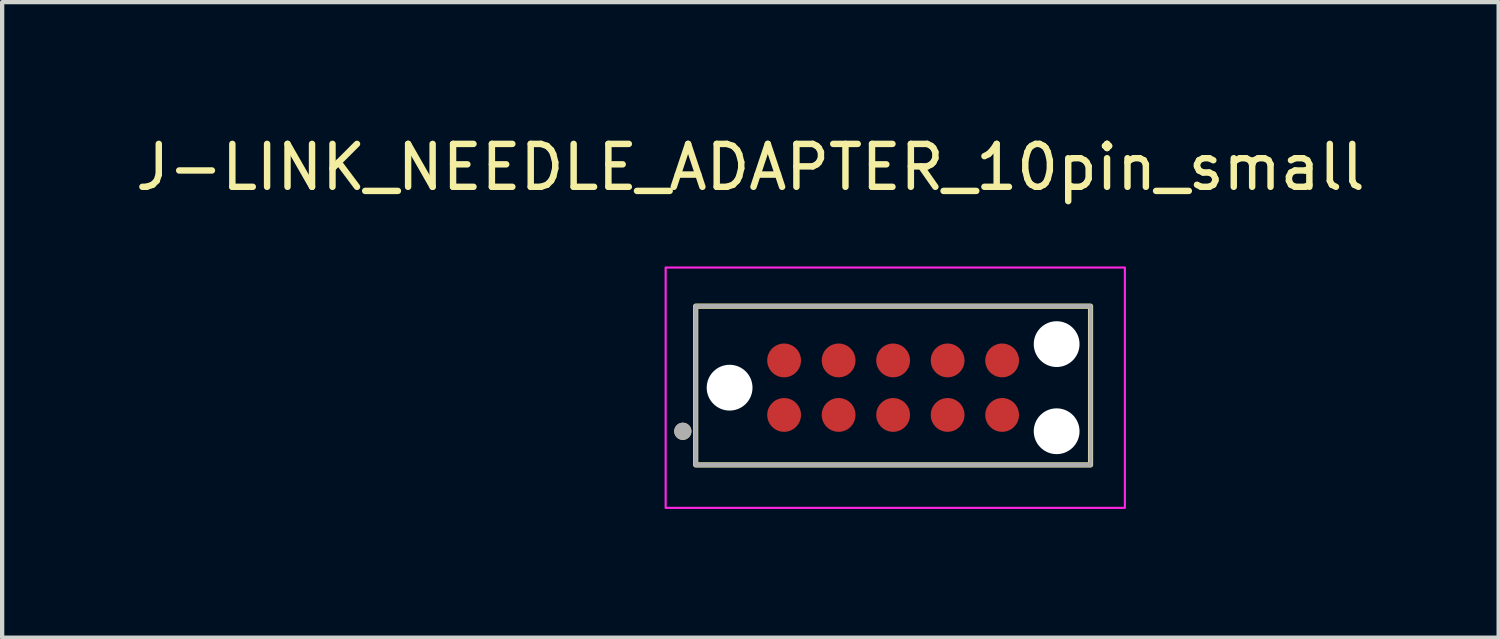
<source format=kicad_pcb>
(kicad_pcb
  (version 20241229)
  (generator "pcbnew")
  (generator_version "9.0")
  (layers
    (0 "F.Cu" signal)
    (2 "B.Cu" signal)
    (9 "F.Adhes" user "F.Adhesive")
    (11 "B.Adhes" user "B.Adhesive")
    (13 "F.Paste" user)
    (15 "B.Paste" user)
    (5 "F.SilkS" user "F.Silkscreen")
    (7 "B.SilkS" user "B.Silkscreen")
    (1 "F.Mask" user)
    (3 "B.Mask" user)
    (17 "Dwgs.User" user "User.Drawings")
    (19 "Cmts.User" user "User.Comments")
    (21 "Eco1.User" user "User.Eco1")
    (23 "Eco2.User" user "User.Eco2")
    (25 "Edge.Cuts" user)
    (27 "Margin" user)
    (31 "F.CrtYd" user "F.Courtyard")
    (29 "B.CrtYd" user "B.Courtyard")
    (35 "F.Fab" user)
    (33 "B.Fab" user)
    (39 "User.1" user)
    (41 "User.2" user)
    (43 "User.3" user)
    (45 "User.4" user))
  (footprint "J-LINK_NEEDLE_ADAPTER_10pin_small"
    (layer "F.Cu")
    (at 17.76 5.983)
    (property "Reference" "J-LINK_NEEDLE_ADAPTER_10pin_small" (at -3.325 -5.135 0) (layer "F.SilkS") (effects (font (size 1 1) (thickness 0.15))))
    (attr smd)
    (fp_rect (start -4.6 -1.9) (end 4.6 1.8) (stroke (width 0.12) (type default)) (fill no) (layer "F.SilkS"))
    (fp_circle (center -4.9 1.016) (end -4.8 1.016) (stroke (width 0.2) (type solid)) (fill no) (layer "F.SilkS"))
    (fp_rect (start -5.3 -2.8) (end 5.4 2.8) (stroke (width 0.05) (type default)) (fill no) (layer "F.CrtYd"))
    (fp_rect (start -4.6 -1.9) (end 4.6 1.8) (stroke (width 0.1) (type default)) (fill no) (layer "F.Fab"))
    (fp_circle (center -4.9 1.016) (end -4.8 1.016) (stroke (width 0.2) (type solid)) (fill no) (layer "F.Fab"))
    (pad "" np_thru_hole circle (at -3.81 0) (size 1.067 1.067) (drill 1.067) (layers "*.Cu" "*.Mask"))
    (pad "" np_thru_hole circle (at 3.81 -1.015) (size 1.067 1.067) (drill 1.067) (layers "*.Cu" "*.Mask"))
    (pad "" np_thru_hole circle (at 3.81 1.015) (size 1.067 1.067) (drill 1.067) (layers "*.Cu" "*.Mask"))
    (pad "1" smd circle (at -2.54 0.635) (size 0.787 0.787) (layers "F.Cu" "F.Mask"))
    (pad "2" smd circle (at -1.27 0.635) (size 0.787 0.787) (layers "F.Cu" "F.Mask"))
    (pad "3" smd circle (at 0 0.635) (size 0.787 0.787) (layers "F.Cu" "F.Mask"))
    (pad "4" smd circle (at 1.27 0.635) (size 0.787 0.787) (layers "F.Cu" "F.Mask"))
    (pad "5" smd circle (at 2.54 0.635) (size 0.787 0.787) (layers "F.Cu" "F.Mask"))
    (pad "6" smd circle (at 2.54 -0.635) (size 0.787 0.787) (layers "F.Cu" "F.Mask"))
    (pad "7" smd circle (at 1.27 -0.635) (size 0.787 0.787) (layers "F.Cu" "F.Mask"))
    (pad "8" smd circle (at 0 -0.635) (size 0.787 0.787) (layers "F.Cu" "F.Mask"))
    (pad "9" smd circle (at -1.27 -0.635) (size 0.787 0.787) (layers "F.Cu" "F.Mask"))
    (pad "10" smd circle (at -2.54 -0.635) (size 0.787 0.787) (layers "F.Cu" "F.Mask"))
    (zone (net_name "") (layer "F.Cu") (hatch full 0.508) (connect_pads) (min_thickness 0.01) (filled_areas_thickness no) (keepout (tracks not_allowed) (vias not_allowed) (pads not_allowed) (copperpour not_allowed) (footprints allowed)) (placement (enabled no)) (fill) (polygon (pts (xy 15.22 5.742) (xy 15.22 6.224) (xy 15.241 6.225) (xy 15.261 6.226) (xy 15.282 6.229) (xy 15.302 6.233) (xy 15.322 6.238) (xy 15.342 6.244) (xy 15.361 6.25) (xy 15.38 6.258) (xy 15.399 6.267) (xy 15.417 6.277) (xy 15.434 6.288) (xy 15.451 6.299) (xy 15.468 6.312) (xy 15.483 6.325) (xy 15.498 6.34) (xy 15.513 6.355) (xy 15.526 6.37) (xy 15.539 6.387) (xy 15.55 6.404) (xy 15.561 6.421) (xy 15.571 6.439) (xy 15.58 6.458) (xy 15.588 6.477) (xy 15.594 6.496) (xy 15.6 6.516) (xy 15.605 6.536) (xy 15.609 6.556) (xy 15.612 6.577) (xy 15.613 6.597) (xy 15.614 6.618) (xy 16.096 6.618) (xy 16.098 6.577) (xy 16.105 6.536) (xy 16.116 6.496) (xy 16.13 6.458) (xy 16.149 6.421) (xy 16.171 6.387) (xy 16.197 6.355) (xy 16.227 6.325) (xy 16.259 6.299) (xy 16.293 6.277) (xy 16.33 6.258) (xy 16.368 6.244) (xy 16.408 6.233) (xy 16.449 6.226) (xy 16.49 6.224) (xy 16.531 6.226) (xy 16.572 6.233) (xy 16.612 6.244) (xy 16.65 6.258) (xy 16.687 6.277) (xy 16.721 6.299) (xy 16.753 6.325) (xy 16.783 6.355) (xy 16.809 6.387) (xy 16.831 6.421) (xy 16.85 6.458) (xy 16.864 6.496) (xy 16.875 6.536) (xy 16.882 6.577) (xy 16.884 6.618) (xy 17.366 6.618) (xy 17.368 6.577) (xy 17.375 6.536) (xy 17.386 6.496) (xy 17.4 6.458) (xy 17.419 6.421) (xy 17.441 6.387) (xy 17.467 6.355) (xy 17.497 6.325) (xy 17.529 6.299) (xy 17.563 6.277) (xy 17.6 6.258) (xy 17.638 6.244) (xy 17.678 6.233) (xy 17.719 6.226) (xy 17.76 6.224) (xy 17.801 6.226) (xy 17.842 6.233) (xy 17.882 6.244) (xy 17.92 6.258) (xy 17.957 6.277) (xy 17.991 6.299) (xy 18.023 6.325) (xy 18.053 6.355) (xy 18.079 6.387) (xy 18.101 6.421) (xy 18.12 6.458) (xy 18.134 6.496) (xy 18.145 6.536) (xy 18.152 6.577) (xy 18.154 6.618) (xy 18.636 6.618) (xy 18.638 6.577) (xy 18.645 6.536) (xy 18.656 6.496) (xy 18.67 6.458) (xy 18.689 6.421) (xy 18.711 6.387) (xy 18.737 6.355) (xy 18.767 6.325) (xy 18.799 6.299) (xy 18.833 6.277) (xy 18.87 6.258) (xy 18.908 6.244) (xy 18.948 6.233) (xy 18.989 6.226) (xy 19.03 6.224) (xy 19.071 6.226) (xy 19.112 6.233) (xy 19.152 6.244) (xy 19.19 6.258) (xy 19.227 6.277) (xy 19.261 6.299) (xy 19.293 6.325) (xy 19.323 6.355) (xy 19.349 6.387) (xy 19.371 6.421) (xy 19.39 6.458) (xy 19.404 6.496) (xy 19.415 6.536) (xy 19.422 6.577) (xy 19.424 6.618) (xy 19.906 6.618) (xy 19.907 6.597) (xy 19.908 6.577) (xy 19.911 6.556) (xy 19.915 6.536) (xy 19.92 6.516) (xy 19.926 6.496) (xy 19.932 6.477) (xy 19.94 6.458) (xy 19.949 6.439) (xy 19.959 6.421) (xy 19.97 6.404) (xy 19.981 6.387) (xy 19.994 6.37) (xy 20.007 6.355) (xy 20.022 6.34) (xy 20.037 6.325) (xy 20.052 6.312) (xy 20.069 6.299) (xy 20.086 6.288) (xy 20.103 6.277) (xy 20.121 6.267) (xy 20.14 6.258) (xy 20.159 6.25) (xy 20.178 6.244) (xy 20.198 6.238) (xy 20.218 6.233) (xy 20.238 6.229) (xy 20.259 6.226) (xy 20.279 6.225) (xy 20.3 6.224) (xy 20.3 5.742) (xy 20.279 5.741) (xy 20.259 5.74) (xy 20.238 5.737) (xy 20.218 5.733) (xy 20.198 5.728) (xy 20.178 5.722) (xy 20.159 5.716) (xy 20.14 5.708) (xy 20.121 5.699) (xy 20.103 5.689) (xy 20.086 5.678) (xy 20.069 5.667) (xy 20.052 5.654) (xy 20.037 5.641) (xy 20.022 5.626) (xy 20.007 5.611) (xy 19.994 5.596) (xy 19.981 5.579) (xy 19.97 5.562) (xy 19.959 5.545) (xy 19.949 5.527) (xy 19.94 5.508) (xy 19.932 5.489) (xy 19.926 5.47) (xy 19.92 5.45) (xy 19.915 5.43) (xy 19.911 5.41) (xy 19.908 5.389) (xy 19.907 5.369) (xy 19.906 5.348) (xy 19.424 5.348) (xy 19.422 5.389) (xy 19.415 5.43) (xy 19.404 5.47) (xy 19.39 5.508) (xy 19.371 5.545) (xy 19.349 5.579) (xy 19.323 5.611) (xy 19.293 5.641) (xy 19.261 5.667) (xy 19.227 5.689) (xy 19.19 5.708) (xy 19.152 5.722) (xy 19.112 5.733) (xy 19.071 5.74) (xy 19.03 5.742) (xy 18.989 5.74) (xy 18.948 5.733) (xy 18.908 5.722) (xy 18.87 5.708) (xy 18.833 5.689) (xy 18.799 5.667) (xy 18.767 5.641) (xy 18.737 5.611) (xy 18.711 5.579) (xy 18.689 5.545) (xy 18.67 5.508) (xy 18.656 5.47) (xy 18.645 5.43) (xy 18.638 5.389) (xy 18.636 5.348) (xy 18.154 5.348) (xy 18.152 5.389) (xy 18.145 5.43) (xy 18.134 5.47) (xy 18.12 5.508) (xy 18.101 5.545) (xy 18.079 5.579) (xy 18.053 5.611) (xy 18.023 5.641) (xy 17.991 5.667) (xy 17.957 5.689) (xy 17.92 5.708) (xy 17.882 5.722) (xy 17.842 5.733) (xy 17.801 5.74) (xy 17.76 5.742) (xy 17.719 5.74) (xy 17.678 5.733) (xy 17.638 5.722) (xy 17.6 5.708) (xy 17.563 5.689) (xy 17.529 5.667) (xy 17.497 5.641) (xy 17.467 5.611) (xy 17.441 5.579) (xy 17.419 5.545) (xy 17.4 5.508) (xy 17.386 5.47) (xy 17.375 5.43) (xy 17.368 5.389) (xy 17.366 5.348) (xy 16.884 5.348) (xy 16.882 5.389) (xy 16.875 5.43) (xy 16.864 5.47) (xy 16.85 5.508) (xy 16.831 5.545) (xy 16.809 5.579) (xy 16.783 5.611) (xy 16.753 5.641) (xy 16.721 5.667) (xy 16.687 5.689) (xy 16.65 5.708) (xy 16.612 5.722) (xy 16.572 5.733) (xy 16.531 5.74) (xy 16.49 5.742) (xy 16.449 5.74) (xy 16.408 5.733) (xy 16.368 5.722) (xy 16.33 5.708) (xy 16.293 5.689) (xy 16.259 5.667) (xy 16.227 5.641) (xy 16.197 5.611) (xy 16.171 5.579) (xy 16.149 5.545) (xy 16.13 5.508) (xy 16.116 5.47) (xy 16.105 5.43) (xy 16.098 5.389) (xy 16.096 5.348) (xy 15.614 5.348) (xy 15.613 5.369) (xy 15.612 5.389) (xy 15.609 5.41) (xy 15.605 5.43) (xy 15.6 5.45) (xy 15.594 5.47) (xy 15.588 5.489) (xy 15.58 5.508) (xy 15.571 5.527) (xy 15.561 5.545) (xy 15.55 5.562) (xy 15.539 5.579) (xy 15.526 5.596) (xy 15.513 5.611) (xy 15.498 5.626) (xy 15.483 5.641) (xy 15.468 5.654) (xy 15.451 5.667) (xy 15.434 5.678) (xy 15.417 5.689) (xy 15.399 5.699) (xy 15.38 5.708) (xy 15.361 5.716) (xy 15.342 5.722) (xy 15.322 5.728) (xy 15.302 5.733) (xy 15.282 5.737) (xy 15.261 5.74) (xy 15.241 5.741) (xy 15.22 5.742))))
    (zone (net_name "") (layers "F.Cu" "B.Cu") (hatch full 0.508) (connect_pads) (min_thickness 0.01) (filled_areas_thickness no) (keepout (tracks allowed) (vias not_allowed) (pads allowed) (copperpour allowed) (footprints allowed)) (placement (enabled no)) (fill) (polygon (pts (xy 15.22 5.742) (xy 15.22 6.224) (xy 15.241 6.225) (xy 15.261 6.226) (xy 15.282 6.229) (xy 15.302 6.233) (xy 15.322 6.238) (xy 15.342 6.244) (xy 15.361 6.25) (xy 15.38 6.258) (xy 15.399 6.267) (xy 15.417 6.277) (xy 15.434 6.288) (xy 15.451 6.299) (xy 15.468 6.312) (xy 15.483 6.325) (xy 15.498 6.34) (xy 15.513 6.355) (xy 15.526 6.37) (xy 15.539 6.387) (xy 15.55 6.404) (xy 15.561 6.421) (xy 15.571 6.439) (xy 15.58 6.458) (xy 15.588 6.477) (xy 15.594 6.496) (xy 15.6 6.516) (xy 15.605 6.536) (xy 15.609 6.556) (xy 15.612 6.577) (xy 15.613 6.597) (xy 15.614 6.618) (xy 16.096 6.618) (xy 16.098 6.577) (xy 16.105 6.536) (xy 16.116 6.496) (xy 16.13 6.458) (xy 16.149 6.421) (xy 16.171 6.387) (xy 16.197 6.355) (xy 16.227 6.325) (xy 16.259 6.299) (xy 16.293 6.277) (xy 16.33 6.258) (xy 16.368 6.244) (xy 16.408 6.233) (xy 16.449 6.226) (xy 16.49 6.224) (xy 16.531 6.226) (xy 16.572 6.233) (xy 16.612 6.244) (xy 16.65 6.258) (xy 16.687 6.277) (xy 16.721 6.299) (xy 16.753 6.325) (xy 16.783 6.355) (xy 16.809 6.387) (xy 16.831 6.421) (xy 16.85 6.458) (xy 16.864 6.496) (xy 16.875 6.536) (xy 16.882 6.577) (xy 16.884 6.618) (xy 17.366 6.618) (xy 17.368 6.577) (xy 17.375 6.536) (xy 17.386 6.496) (xy 17.4 6.458) (xy 17.419 6.421) (xy 17.441 6.387) (xy 17.467 6.355) (xy 17.497 6.325) (xy 17.529 6.299) (xy 17.563 6.277) (xy 17.6 6.258) (xy 17.638 6.244) (xy 17.678 6.233) (xy 17.719 6.226) (xy 17.76 6.224) (xy 17.801 6.226) (xy 17.842 6.233) (xy 17.882 6.244) (xy 17.92 6.258) (xy 17.957 6.277) (xy 17.991 6.299) (xy 18.023 6.325) (xy 18.053 6.355) (xy 18.079 6.387) (xy 18.101 6.421) (xy 18.12 6.458) (xy 18.134 6.496) (xy 18.145 6.536) (xy 18.152 6.577) (xy 18.154 6.618) (xy 18.636 6.618) (xy 18.638 6.577) (xy 18.645 6.536) (xy 18.656 6.496) (xy 18.67 6.458) (xy 18.689 6.421) (xy 18.711 6.387) (xy 18.737 6.355) (xy 18.767 6.325) (xy 18.799 6.299) (xy 18.833 6.277) (xy 18.87 6.258) (xy 18.908 6.244) (xy 18.948 6.233) (xy 18.989 6.226) (xy 19.03 6.224) (xy 19.071 6.226) (xy 19.112 6.233) (xy 19.152 6.244) (xy 19.19 6.258) (xy 19.227 6.277) (xy 19.261 6.299) (xy 19.293 6.325) (xy 19.323 6.355) (xy 19.349 6.387) (xy 19.371 6.421) (xy 19.39 6.458) (xy 19.404 6.496) (xy 19.415 6.536) (xy 19.422 6.577) (xy 19.424 6.618) (xy 19.906 6.618) (xy 19.907 6.597) (xy 19.908 6.577) (xy 19.911 6.556) (xy 19.915 6.536) (xy 19.92 6.516) (xy 19.926 6.496) (xy 19.932 6.477) (xy 19.94 6.458) (xy 19.949 6.439) (xy 19.959 6.421) (xy 19.97 6.404) (xy 19.981 6.387) (xy 19.994 6.37) (xy 20.007 6.355) (xy 20.022 6.34) (xy 20.037 6.325) (xy 20.052 6.312) (xy 20.069 6.299) (xy 20.086 6.288) (xy 20.103 6.277) (xy 20.121 6.267) (xy 20.14 6.258) (xy 20.159 6.25) (xy 20.178 6.244) (xy 20.198 6.238) (xy 20.218 6.233) (xy 20.238 6.229) (xy 20.259 6.226) (xy 20.279 6.225) (xy 20.3 6.224) (xy 20.3 5.742) (xy 20.279 5.741) (xy 20.259 5.74) (xy 20.238 5.737) (xy 20.218 5.733) (xy 20.198 5.728) (xy 20.178 5.722) (xy 20.159 5.716) (xy 20.14 5.708) (xy 20.121 5.699) (xy 20.103 5.689) (xy 20.086 5.678) (xy 20.069 5.667) (xy 20.052 5.654) (xy 20.037 5.641) (xy 20.022 5.626) (xy 20.007 5.611) (xy 19.994 5.596) (xy 19.981 5.579) (xy 19.97 5.562) (xy 19.959 5.545) (xy 19.949 5.527) (xy 19.94 5.508) (xy 19.932 5.489) (xy 19.926 5.47) (xy 19.92 5.45) (xy 19.915 5.43) (xy 19.911 5.41) (xy 19.908 5.389) (xy 19.907 5.369) (xy 19.906 5.348) (xy 19.424 5.348) (xy 19.422 5.389) (xy 19.415 5.43) (xy 19.404 5.47) (xy 19.39 5.508) (xy 19.371 5.545) (xy 19.349 5.579) (xy 19.323 5.611) (xy 19.293 5.641) (xy 19.261 5.667) (xy 19.227 5.689) (xy 19.19 5.708) (xy 19.152 5.722) (xy 19.112 5.733) (xy 19.071 5.74) (xy 19.03 5.742) (xy 18.989 5.74) (xy 18.948 5.733) (xy 18.908 5.722) (xy 18.87 5.708) (xy 18.833 5.689) (xy 18.799 5.667) (xy 18.767 5.641) (xy 18.737 5.611) (xy 18.711 5.579) (xy 18.689 5.545) (xy 18.67 5.508) (xy 18.656 5.47) (xy 18.645 5.43) (xy 18.638 5.389) (xy 18.636 5.348) (xy 18.154 5.348) (xy 18.152 5.389) (xy 18.145 5.43) (xy 18.134 5.47) (xy 18.12 5.508) (xy 18.101 5.545) (xy 18.079 5.579) (xy 18.053 5.611) (xy 18.023 5.641) (xy 17.991 5.667) (xy 17.957 5.689) (xy 17.92 5.708) (xy 17.882 5.722) (xy 17.842 5.733) (xy 17.801 5.74) (xy 17.76 5.742) (xy 17.719 5.74) (xy 17.678 5.733) (xy 17.638 5.722) (xy 17.6 5.708) (xy 17.563 5.689) (xy 17.529 5.667) (xy 17.497 5.641) (xy 17.467 5.611) (xy 17.441 5.579) (xy 17.419 5.545) (xy 17.4 5.508) (xy 17.386 5.47) (xy 17.375 5.43) (xy 17.368 5.389) (xy 17.366 5.348) (xy 16.884 5.348) (xy 16.882 5.389) (xy 16.875 5.43) (xy 16.864 5.47) (xy 16.85 5.508) (xy 16.831 5.545) (xy 16.809 5.579) (xy 16.783 5.611) (xy 16.753 5.641) (xy 16.721 5.667) (xy 16.687 5.689) (xy 16.65 5.708) (xy 16.612 5.722) (xy 16.572 5.733) (xy 16.531 5.74) (xy 16.49 5.742) (xy 16.449 5.74) (xy 16.408 5.733) (xy 16.368 5.722) (xy 16.33 5.708) (xy 16.293 5.689) (xy 16.259 5.667) (xy 16.227 5.641) (xy 16.197 5.611) (xy 16.171 5.579) (xy 16.149 5.545) (xy 16.13 5.508) (xy 16.116 5.47) (xy 16.105 5.43) (xy 16.098 5.389) (xy 16.096 5.348) (xy 15.614 5.348) (xy 15.613 5.369) (xy 15.612 5.389) (xy 15.609 5.41) (xy 15.605 5.43) (xy 15.6 5.45) (xy 15.594 5.47) (xy 15.588 5.489) (xy 15.58 5.508) (xy 15.571 5.527) (xy 15.561 5.545) (xy 15.55 5.562) (xy 15.539 5.579) (xy 15.526 5.596) (xy 15.513 5.611) (xy 15.498 5.626) (xy 15.483 5.641) (xy 15.468 5.654) (xy 15.451 5.667) (xy 15.434 5.678) (xy 15.417 5.689) (xy 15.399 5.699) (xy 15.38 5.708) (xy 15.361 5.716) (xy 15.342 5.722) (xy 15.322 5.728) (xy 15.302 5.733) (xy 15.282 5.737) (xy 15.261 5.74) (xy 15.241 5.741) (xy 15.22 5.742)))))
  (gr_rect
    (start -3 -3)
    (end 31.869 11.808)
    (stroke (width 0.1) (type default))
    (fill no)
    (layer "Edge.Cuts")))
</source>
